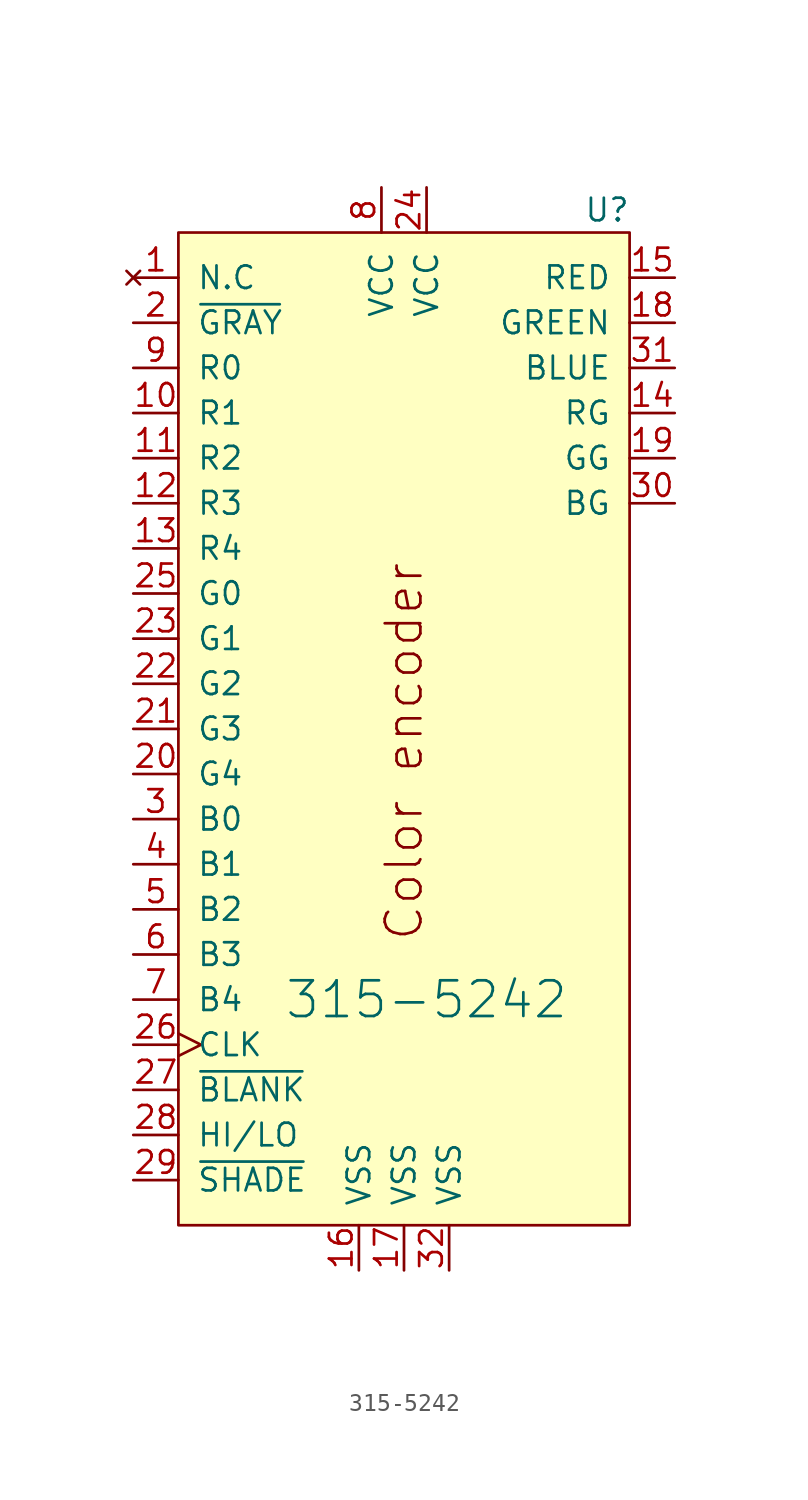
<source format=kicad_sym>
(kicad_symbol_lib
  (version 20211014)
  (generator kicad_symbol_editor)
  (symbol "315-5242"
    (pin_names
      (offset 1.016))
    (property "Reference" "U"
      (at 11.43 30.48 0)
      (effects (font (size 1.27 1.27))))
    (property "Value" "315-5242"
      (at 1.27 -13.97 0)
      (effects (font (size 2.007 2.007))))
    (symbol "315-5242_0_0"
      (text "Color encoder" (at 0 0 900) (effects (font (size 2.007 2.007)))))
    (symbol "315-5242_0_1"
      (rectangle (start -12.7 29.21) (end 12.7 -26.67) (stroke (width 0) (type default) (color 0 0 0 0)) (fill (type background))))
    (symbol "315-5242_1_1"
      (pin no_connect line (at -15.24 26.67 0) (length 2.54) (name "N.C" (effects (font (size 1.27 1.27)))) (number "1" (effects (font (size 1.27 1.27)))))
      (pin input line (at -15.24 19.05 0) (length 2.54) (name "R1" (effects (font (size 1.27 1.27)))) (number "10" (effects (font (size 1.27 1.27)))))
      (pin input line (at -15.24 16.51 0) (length 2.54) (name "R2" (effects (font (size 1.27 1.27)))) (number "11" (effects (font (size 1.27 1.27)))))
      (pin input line (at -15.24 13.97 0) (length 2.54) (name "R3" (effects (font (size 1.27 1.27)))) (number "12" (effects (font (size 1.27 1.27)))))
      (pin input line (at -15.24 11.43 0) (length 2.54) (name "R4" (effects (font (size 1.27 1.27)))) (number "13" (effects (font (size 1.27 1.27)))))
      (pin output line (at 15.24 19.05 180) (length 2.54) (name "RG" (effects (font (size 1.27 1.27)))) (number "14" (effects (font (size 1.27 1.27)))))
      (pin output line (at 15.24 26.67 180) (length 2.54) (name "RED" (effects (font (size 1.27 1.27)))) (number "15" (effects (font (size 1.27 1.27)))))
      (pin power_in line (at -2.54 -29.21 90) (length 2.54) (name "VSS" (effects (font (size 1.27 1.27)))) (number "16" (effects (font (size 1.27 1.27)))))
      (pin power_in line (at 0 -29.21 90) (length 2.54) (name "VSS" (effects (font (size 1.27 1.27)))) (number "17" (effects (font (size 1.27 1.27)))))
      (pin output line (at 15.24 24.13 180) (length 2.54) (name "GREEN" (effects (font (size 1.27 1.27)))) (number "18" (effects (font (size 1.27 1.27)))))
      (pin output line (at 15.24 16.51 180) (length 2.54) (name "GG" (effects (font (size 1.27 1.27)))) (number "19" (effects (font (size 1.27 1.27)))))
      (pin input line (at -15.24 24.13 0) (length 2.54) (name "~{GRAY}" (effects (font (size 1.27 1.27)))) (number "2" (effects (font (size 1.27 1.27)))))
      (pin input line (at -15.24 -1.27 0) (length 2.54) (name "G4" (effects (font (size 1.27 1.27)))) (number "20" (effects (font (size 1.27 1.27)))))
      (pin input line (at -15.24 1.27 0) (length 2.54) (name "G3" (effects (font (size 1.27 1.27)))) (number "21" (effects (font (size 1.27 1.27)))))
      (pin input line (at -15.24 3.81 0) (length 2.54) (name "G2" (effects (font (size 1.27 1.27)))) (number "22" (effects (font (size 1.27 1.27)))))
      (pin input line (at -15.24 6.35 0) (length 2.54) (name "G1" (effects (font (size 1.27 1.27)))) (number "23" (effects (font (size 1.27 1.27)))))
      (pin power_in line (at 1.27 31.75 270) (length 2.54) (name "VCC" (effects (font (size 1.27 1.27)))) (number "24" (effects (font (size 1.27 1.27)))))
      (pin input line (at -15.24 8.89 0) (length 2.54) (name "G0" (effects (font (size 1.27 1.27)))) (number "25" (effects (font (size 1.27 1.27)))))
      (pin input clock (at -15.24 -16.51 0) (length 2.54) (name "CLK" (effects (font (size 1.27 1.27)))) (number "26" (effects (font (size 1.27 1.27)))))
      (pin input line (at -15.24 -19.05 0) (length 2.54) (name "~{BLANK}" (effects (font (size 1.27 1.27)))) (number "27" (effects (font (size 1.27 1.27)))))
      (pin input line (at -15.24 -21.59 0) (length 2.54) (name "HI/LO" (effects (font (size 1.27 1.27)))) (number "28" (effects (font (size 1.27 1.27)))))
      (pin input line (at -15.24 -24.13 0) (length 2.54) (name "~{SHADE}" (effects (font (size 1.27 1.27)))) (number "29" (effects (font (size 1.27 1.27)))))
      (pin input line (at -15.24 -3.81 0) (length 2.54) (name "B0" (effects (font (size 1.27 1.27)))) (number "3" (effects (font (size 1.27 1.27)))))
      (pin output line (at 15.24 13.97 180) (length 2.54) (name "BG" (effects (font (size 1.27 1.27)))) (number "30" (effects (font (size 1.27 1.27)))))
      (pin output line (at 15.24 21.59 180) (length 2.54) (name "BLUE" (effects (font (size 1.27 1.27)))) (number "31" (effects (font (size 1.27 1.27)))))
      (pin power_in line (at 2.54 -29.21 90) (length 2.54) (name "VSS" (effects (font (size 1.27 1.27)))) (number "32" (effects (font (size 1.27 1.27)))))
      (pin input line (at -15.24 -6.35 0) (length 2.54) (name "B1" (effects (font (size 1.27 1.27)))) (number "4" (effects (font (size 1.27 1.27)))))
      (pin input line (at -15.24 -8.89 0) (length 2.54) (name "B2" (effects (font (size 1.27 1.27)))) (number "5" (effects (font (size 1.27 1.27)))))
      (pin input line (at -15.24 -11.43 0) (length 2.54) (name "B3" (effects (font (size 1.27 1.27)))) (number "6" (effects (font (size 1.27 1.27)))))
      (pin input line (at -15.24 -13.97 0) (length 2.54) (name "B4" (effects (font (size 1.27 1.27)))) (number "7" (effects (font (size 1.27 1.27)))))
      (pin power_in line (at -1.27 31.75 270) (length 2.54) (name "VCC" (effects (font (size 1.27 1.27)))) (number "8" (effects (font (size 1.27 1.27)))))
      (pin input line (at -15.24 21.59 0) (length 2.54) (name "R0" (effects (font (size 1.27 1.27)))) (number "9" (effects (font (size 1.27 1.27))))))))
</source>
